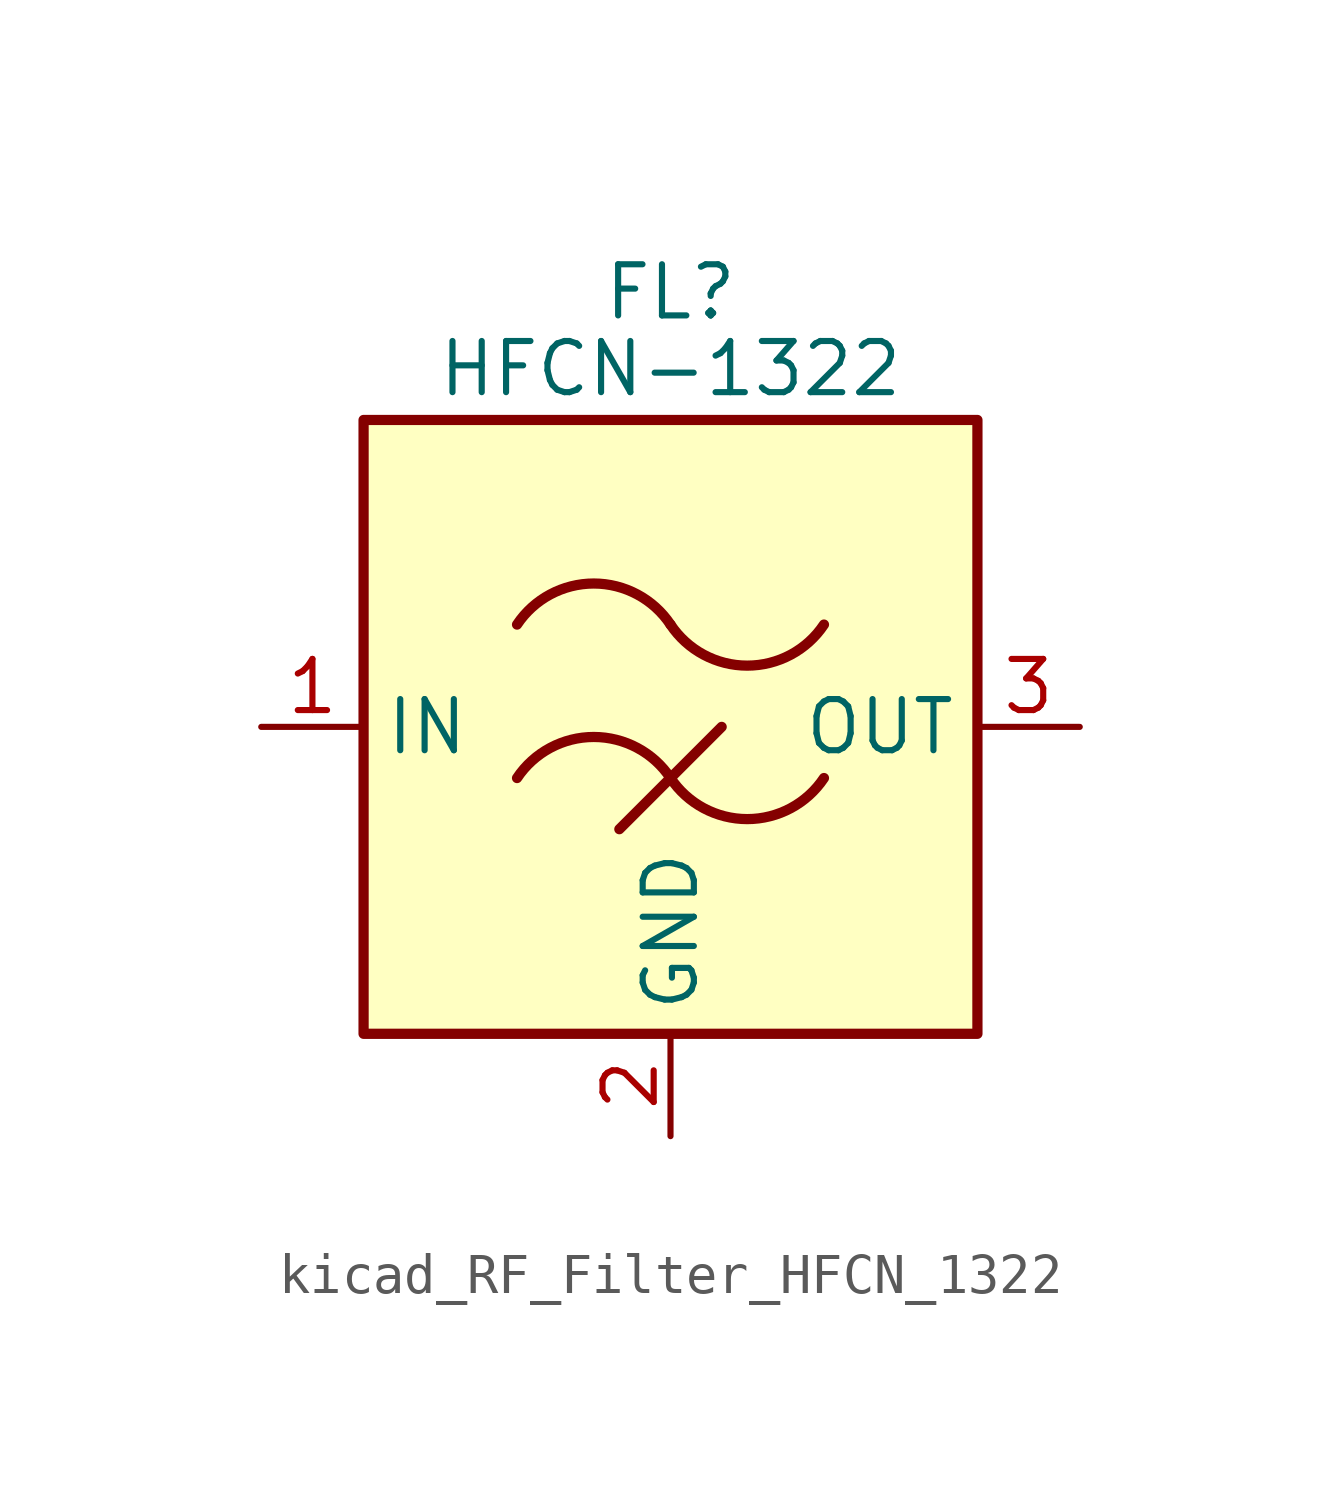
<source format=kicad_sym>
(kicad_symbol_lib
  (version 20220914)
  (generator kicad_symbol_editor)
  (symbol "kicad_RF_Filter_HFCN_1322"
    (property "Reference" "FL"
      (at 0 10.795 0)
      (effects (font (size 1.27 1.27))))
    (property "Value" "HFCN-1322"
      (at 0 8.89 0)
      (effects (font (size 1.27 1.27))))
    (symbol "kicad_RF_Filter_HFCN_1322_0_1"
      (rectangle (start -7.62 7.62) (end 7.62 -7.62) (stroke (width 0.254) (type default)) (fill (type background)))
      (arc (start 0 -1.27) (mid -1.905 -0.2505) (end -3.81 -1.27) (stroke (width 0.254) (type default)) (fill (type none)))
      (arc (start 0 -1.27) (mid 1.905 -2.2895) (end 3.81 -1.27) (stroke (width 0.254) (type default)) (fill (type none)))
      (polyline (pts (xy -1.27 -2.54) (xy 1.27 0)) (stroke (width 0.254) (type default)) (fill (type none)))
      (arc (start 0 2.54) (mid -1.905 3.5595) (end -3.81 2.54) (stroke (width 0.254) (type default)) (fill (type none)))
      (arc (start 0 2.54) (mid 1.905 1.5205) (end 3.81 2.54) (stroke (width 0.254) (type default)) (fill (type none))))
    (symbol "kicad_RF_Filter_HFCN_1322_1_1"
      (pin passive line (at -10.16 0 0) (length 2.54) (name "IN" (effects (font (size 1.27 1.27)))) (number "1" (effects (font (size 1.27 1.27)))))
      (pin passive line (at 0 -10.16 90) (length 2.54) (name "GND" (effects (font (size 1.27 1.27)))) (number "2" (effects (font (size 1.27 1.27)))))
      (pin passive line (at 10.16 0 180) (length 2.54) (name "OUT" (effects (font (size 1.27 1.27)))) (number "3" (effects (font (size 1.27 1.27)))))
      (pin passive line (at 0 -10.16 90) (length 2.54) hide (name "GND" (effects (font (size 1.27 1.27)))) (number "4" (effects (font (size 1.27 1.27))))))))
</source>
